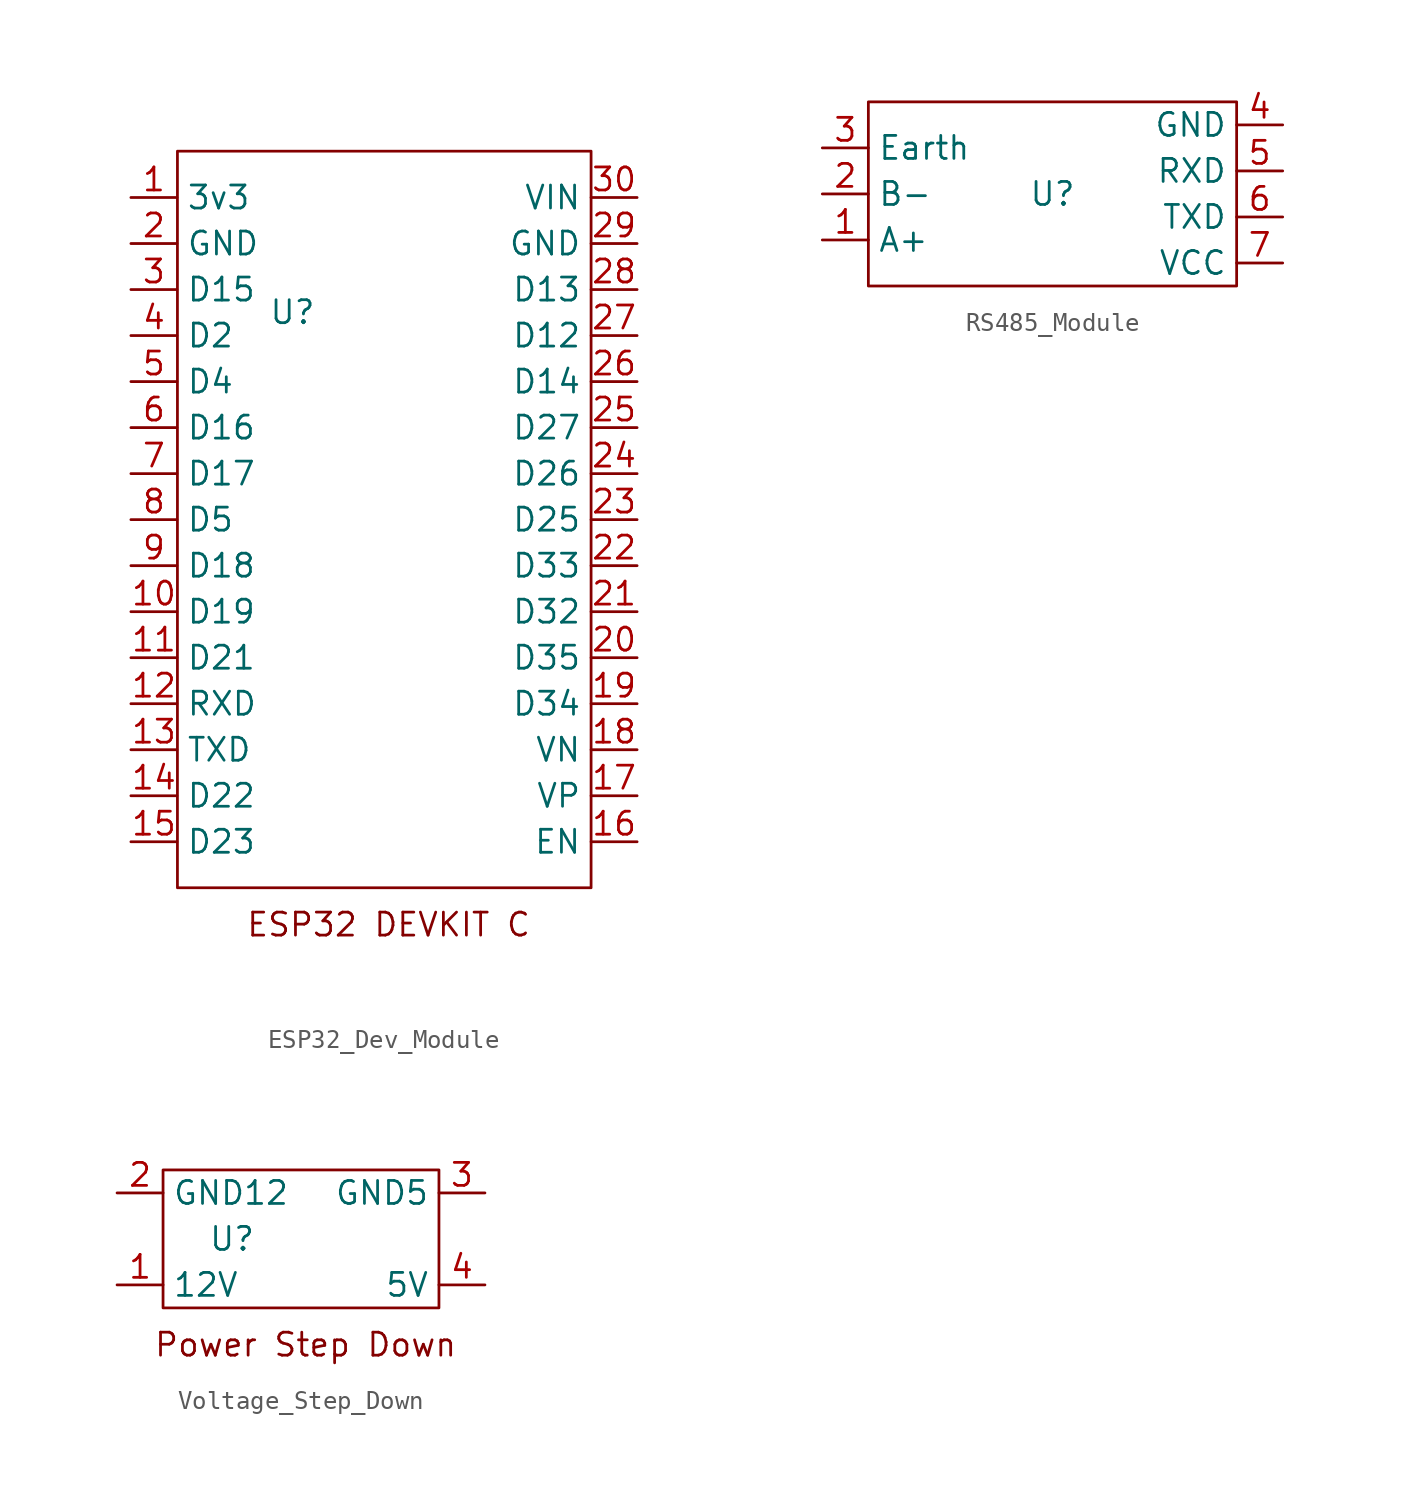
<source format=kicad_sym>
(kicad_symbol_lib
  (version 20231120)
  (generator "kicad_symbol_editor")
  (generator_version "8.0")
  (symbol "ESP32_Dev_Module"
    (property "Reference" "U"
      (at -5.052 11.449 0)
      (effects (font (size 1.27 1.27))))
    (property "Value" ""
      (at -5.052 11.449 0)
      (effects (font (size 1.27 1.27))))
    (symbol "ESP32_Dev_Module_0_1"
      (rectangle (start -11.402 20.339) (end 11.43 -20.32) (stroke (width 0) (type default)) (fill (type none))))
    (symbol "ESP32_Dev_Module_1_1"
      (text "ESP32 DEVKIT C" (at 0.254 -22.352 0) (effects (font (size 1.27 1.27))))
      (pin power_out line (at -13.97 17.78 0) (length 2.54) (name "3v3" (effects (font (size 1.27 1.27)))) (number "1" (effects (font (size 1.27 1.27)))))
      (pin tri_state line (at -13.97 -5.08 0) (length 2.54) (name "D19" (effects (font (size 1.27 1.27)))) (number "10" (effects (font (size 1.27 1.27)))))
      (pin tri_state line (at -13.97 -7.62 0) (length 2.54) (name "D21" (effects (font (size 1.27 1.27)))) (number "11" (effects (font (size 1.27 1.27)))))
      (pin tri_state line (at -13.97 -10.16 0) (length 2.54) (name "RXD" (effects (font (size 1.27 1.27)))) (number "12" (effects (font (size 1.27 1.27)))))
      (pin tri_state line (at -13.97 -12.7 0) (length 2.54) (name "TXD" (effects (font (size 1.27 1.27)))) (number "13" (effects (font (size 1.27 1.27)))))
      (pin tri_state line (at -13.97 -15.24 0) (length 2.54) (name "D22" (effects (font (size 1.27 1.27)))) (number "14" (effects (font (size 1.27 1.27)))))
      (pin tri_state line (at -13.97 -17.78 0) (length 2.54) (name "D23" (effects (font (size 1.27 1.27)))) (number "15" (effects (font (size 1.27 1.27)))))
      (pin tri_state line (at 13.97 -17.78 180) (length 2.54) (name "EN" (effects (font (size 1.27 1.27)))) (number "16" (effects (font (size 1.27 1.27)))))
      (pin tri_state line (at 13.97 -15.24 180) (length 2.54) (name "VP" (effects (font (size 1.27 1.27)))) (number "17" (effects (font (size 1.27 1.27)))))
      (pin tri_state line (at 13.97 -12.7 180) (length 2.54) (name "VN" (effects (font (size 1.27 1.27)))) (number "18" (effects (font (size 1.27 1.27)))))
      (pin tri_state line (at 13.97 -10.16 180) (length 2.54) (name "D34" (effects (font (size 1.27 1.27)))) (number "19" (effects (font (size 1.27 1.27)))))
      (pin power_out line (at -13.97 15.24 0) (length 2.54) (name "GND" (effects (font (size 1.27 1.27)))) (number "2" (effects (font (size 1.27 1.27)))))
      (pin tri_state line (at 13.97 -7.62 180) (length 2.54) (name "D35" (effects (font (size 1.27 1.27)))) (number "20" (effects (font (size 1.27 1.27)))))
      (pin tri_state line (at 13.97 -5.08 180) (length 2.54) (name "D32" (effects (font (size 1.27 1.27)))) (number "21" (effects (font (size 1.27 1.27)))))
      (pin tri_state line (at 13.97 -2.54 180) (length 2.54) (name "D33" (effects (font (size 1.27 1.27)))) (number "22" (effects (font (size 1.27 1.27)))))
      (pin tri_state line (at 13.97 0 180) (length 2.54) (name "D25" (effects (font (size 1.27 1.27)))) (number "23" (effects (font (size 1.27 1.27)))))
      (pin tri_state line (at 13.97 2.54 180) (length 2.54) (name "D26" (effects (font (size 1.27 1.27)))) (number "24" (effects (font (size 1.27 1.27)))))
      (pin tri_state line (at 13.97 5.08 180) (length 2.54) (name "D27" (effects (font (size 1.27 1.27)))) (number "25" (effects (font (size 1.27 1.27)))))
      (pin tri_state line (at 13.97 7.62 180) (length 2.54) (name "D14" (effects (font (size 1.27 1.27)))) (number "26" (effects (font (size 1.27 1.27)))))
      (pin tri_state line (at 13.97 10.16 180) (length 2.54) (name "D12" (effects (font (size 1.27 1.27)))) (number "27" (effects (font (size 1.27 1.27)))))
      (pin tri_state line (at 13.97 12.7 180) (length 2.54) (name "D13" (effects (font (size 1.27 1.27)))) (number "28" (effects (font (size 1.27 1.27)))))
      (pin power_in line (at 13.97 15.24 180) (length 2.54) (name "GND" (effects (font (size 1.27 1.27)))) (number "29" (effects (font (size 1.27 1.27)))))
      (pin tri_state line (at -13.97 12.7 0) (length 2.54) (name "D15" (effects (font (size 1.27 1.27)))) (number "3" (effects (font (size 1.27 1.27)))))
      (pin power_in line (at 13.97 17.78 180) (length 2.54) (name "VIN" (effects (font (size 1.27 1.27)))) (number "30" (effects (font (size 1.27 1.27)))))
      (pin tri_state line (at -13.97 10.16 0) (length 2.54) (name "D2" (effects (font (size 1.27 1.27)))) (number "4" (effects (font (size 1.27 1.27)))))
      (pin tri_state line (at -13.97 7.62 0) (length 2.54) (name "D4" (effects (font (size 1.27 1.27)))) (number "5" (effects (font (size 1.27 1.27)))))
      (pin tri_state line (at -13.97 5.08 0) (length 2.54) (name "D16" (effects (font (size 1.27 1.27)))) (number "6" (effects (font (size 1.27 1.27)))))
      (pin tri_state line (at -13.97 2.54 0) (length 2.54) (name "D17" (effects (font (size 1.27 1.27)))) (number "7" (effects (font (size 1.27 1.27)))))
      (pin tri_state line (at -13.97 0 0) (length 2.54) (name "D5" (effects (font (size 1.27 1.27)))) (number "8" (effects (font (size 1.27 1.27)))))
      (pin tri_state line (at -13.97 -2.54 0) (length 2.54) (name "D18" (effects (font (size 1.27 1.27)))) (number "9" (effects (font (size 1.27 1.27)))))))
  (symbol "RS485_Module"
    (property "Reference" "U"
      (at 0 0 0)
      (effects (font (size 1.27 1.27))))
    (property "Value" ""
      (at -3.81 0 0)
      (effects (font (size 1.27 1.27))))
    (symbol "RS485_Module_0_1"
      (rectangle (start -10.16 5.08) (end 10.16 -5.08) (stroke (width 0) (type default)) (fill (type none))))
    (symbol "RS485_Module_1_1"
      (pin bidirectional line (at -12.7 -2.54 0) (length 2.54) (name "A+" (effects (font (size 1.27 1.27)))) (number "1" (effects (font (size 1.27 1.27)))))
      (pin bidirectional line (at -12.7 0 0) (length 2.54) (name "B-" (effects (font (size 1.27 1.27)))) (number "2" (effects (font (size 1.27 1.27)))))
      (pin passive line (at -12.7 2.54 0) (length 2.54) (name "Earth" (effects (font (size 1.27 1.27)))) (number "3" (effects (font (size 1.27 1.27)))))
      (pin power_in line (at 12.7 3.81 180) (length 2.54) (name "GND" (effects (font (size 1.27 1.27)))) (number "4" (effects (font (size 1.27 1.27)))))
      (pin output line (at 12.7 1.27 180) (length 2.54) (name "RXD" (effects (font (size 1.27 1.27)))) (number "5" (effects (font (size 1.27 1.27)))))
      (pin input line (at 12.7 -1.27 180) (length 2.54) (name "TXD" (effects (font (size 1.27 1.27)))) (number "6" (effects (font (size 1.27 1.27)))))
      (pin power_in line (at 12.7 -3.81 180) (length 2.54) (name "VCC" (effects (font (size 1.27 1.27)))) (number "7" (effects (font (size 1.27 1.27)))))))
  (symbol "Voltage_Step_Down"
    (property "Reference" "U"
      (at -3.81 0 0)
      (effects (font (size 1.27 1.27))))
    (property "Value" ""
      (at -3.81 0 0)
      (effects (font (size 1.27 1.27))))
    (symbol "Voltage_Step_Down_0_1"
      (rectangle (start -7.62 3.81) (end 7.62 -3.81) (stroke (width 0) (type default)) (fill (type none))))
    (symbol "Voltage_Step_Down_1_1"
      (text "Power Step Down" (at 0.254 -5.842 0) (effects (font (size 1.27 1.27))))
      (pin power_in line (at -10.16 -2.54 0) (length 2.54) (name "12V" (effects (font (size 1.27 1.27)))) (number "1" (effects (font (size 1.27 1.27)))))
      (pin power_in line (at -10.16 2.54 0) (length 2.54) (name "GND12" (effects (font (size 1.27 1.27)))) (number "2" (effects (font (size 1.27 1.27)))))
      (pin power_out line (at 10.16 2.54 180) (length 2.54) (name "GND5" (effects (font (size 1.27 1.27)))) (number "3" (effects (font (size 1.27 1.27)))))
      (pin power_out line (at 10.16 -2.54 180) (length 2.54) (name "5V" (effects (font (size 1.27 1.27)))) (number "4" (effects (font (size 1.27 1.27))))))))
</source>
